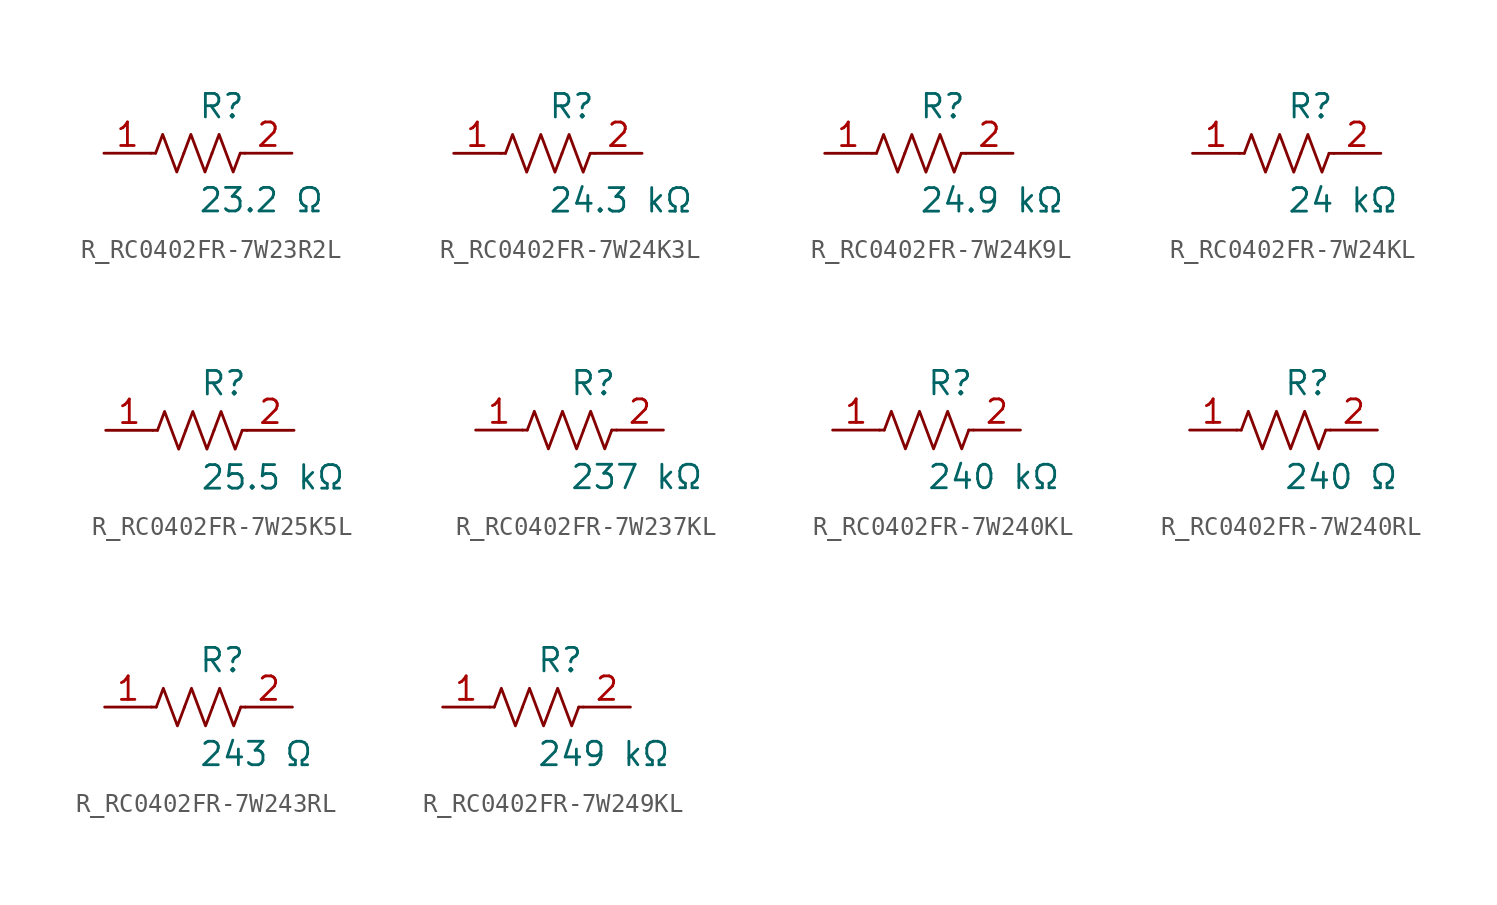
<source format=kicad_sym>
(kicad_symbol_lib
  (version 20231120)
  (generator kicad_symbol_editor)
  (generator_version 8.0)
  (symbol "R_RC0402FR-7W23R2L"
    (pin_names
      (offset 0.254))
    (property "Reference" "R"
      (at 0 2.54 0)
      (effects (font (size 1.27 1.27)) (justify left)))
    (property "Value" "23.2 Ω"
      (at 0 -2.54 0)
      (effects (font (size 1.27 1.27)) (justify left)))
    (symbol "R_RC0402FR-7W23R2L_0_1"
      (polyline (pts (xy 2.286 0) (xy 2.54 0)) (stroke (width 0) (type default)) (fill (type none)))
      (polyline (pts (xy -2.286 0) (xy -2.54 0)) (stroke (width 0) (type default)) (fill (type none)))
      (polyline (pts (xy 0.762 0) (xy 1.143 1.016) (xy 1.524 0) (xy 1.905 -1.016) (xy 2.286 0)) (stroke (width 0) (type default)) (fill (type none)))
      (polyline (pts (xy -0.762 0) (xy -0.381 1.016) (xy 0 0) (xy 0.381 -1.016) (xy 0.762 0)) (stroke (width 0) (type default)) (fill (type none)))
      (polyline (pts (xy -2.286 0) (xy -1.905 1.016) (xy -1.524 0) (xy -1.143 -1.016) (xy -0.762 0)) (stroke (width 0) (type default)) (fill (type none))))
    (pin passive line
      (at -5.08 0 0)
      (length 2.54)
      (name "" (effects (font (size 1.27 1.27))))
      (number "1" (effects (font (size 1.27 1.27)))))
    (pin passive line
      (at 5.08 0 180)
      (length 2.54)
      (name "" (effects (font (size 1.27 1.27))))
      (number "2" (effects (font (size 1.27 1.27))))))
  (symbol "R_RC0402FR-7W24K3L"
    (pin_names
      (offset 0.254))
    (property "Reference" "R"
      (at 0 2.54 0)
      (effects (font (size 1.27 1.27)) (justify left)))
    (property "Value" "24.3 kΩ"
      (at 0 -2.54 0)
      (effects (font (size 1.27 1.27)) (justify left)))
    (symbol "R_RC0402FR-7W24K3L_0_1"
      (polyline (pts (xy 2.286 0) (xy 2.54 0)) (stroke (width 0) (type default)) (fill (type none)))
      (polyline (pts (xy -2.286 0) (xy -2.54 0)) (stroke (width 0) (type default)) (fill (type none)))
      (polyline (pts (xy 0.762 0) (xy 1.143 1.016) (xy 1.524 0) (xy 1.905 -1.016) (xy 2.286 0)) (stroke (width 0) (type default)) (fill (type none)))
      (polyline (pts (xy -0.762 0) (xy -0.381 1.016) (xy 0 0) (xy 0.381 -1.016) (xy 0.762 0)) (stroke (width 0) (type default)) (fill (type none)))
      (polyline (pts (xy -2.286 0) (xy -1.905 1.016) (xy -1.524 0) (xy -1.143 -1.016) (xy -0.762 0)) (stroke (width 0) (type default)) (fill (type none))))
    (pin passive line
      (at -5.08 0 0)
      (length 2.54)
      (name "" (effects (font (size 1.27 1.27))))
      (number "1" (effects (font (size 1.27 1.27)))))
    (pin passive line
      (at 5.08 0 180)
      (length 2.54)
      (name "" (effects (font (size 1.27 1.27))))
      (number "2" (effects (font (size 1.27 1.27))))))
  (symbol "R_RC0402FR-7W24K9L"
    (pin_names
      (offset 0.254))
    (property "Reference" "R"
      (at 0 2.54 0)
      (effects (font (size 1.27 1.27)) (justify left)))
    (property "Value" "24.9 kΩ"
      (at 0 -2.54 0)
      (effects (font (size 1.27 1.27)) (justify left)))
    (symbol "R_RC0402FR-7W24K9L_0_1"
      (polyline (pts (xy 2.286 0) (xy 2.54 0)) (stroke (width 0) (type default)) (fill (type none)))
      (polyline (pts (xy -2.286 0) (xy -2.54 0)) (stroke (width 0) (type default)) (fill (type none)))
      (polyline (pts (xy 0.762 0) (xy 1.143 1.016) (xy 1.524 0) (xy 1.905 -1.016) (xy 2.286 0)) (stroke (width 0) (type default)) (fill (type none)))
      (polyline (pts (xy -0.762 0) (xy -0.381 1.016) (xy 0 0) (xy 0.381 -1.016) (xy 0.762 0)) (stroke (width 0) (type default)) (fill (type none)))
      (polyline (pts (xy -2.286 0) (xy -1.905 1.016) (xy -1.524 0) (xy -1.143 -1.016) (xy -0.762 0)) (stroke (width 0) (type default)) (fill (type none))))
    (pin passive line
      (at -5.08 0 0)
      (length 2.54)
      (name "" (effects (font (size 1.27 1.27))))
      (number "1" (effects (font (size 1.27 1.27)))))
    (pin passive line
      (at 5.08 0 180)
      (length 2.54)
      (name "" (effects (font (size 1.27 1.27))))
      (number "2" (effects (font (size 1.27 1.27))))))
  (symbol "R_RC0402FR-7W24KL"
    (pin_names
      (offset 0.254))
    (property "Reference" "R"
      (at 0 2.54 0)
      (effects (font (size 1.27 1.27)) (justify left)))
    (property "Value" "24 kΩ"
      (at 0 -2.54 0)
      (effects (font (size 1.27 1.27)) (justify left)))
    (symbol "R_RC0402FR-7W24KL_0_1"
      (polyline (pts (xy 2.286 0) (xy 2.54 0)) (stroke (width 0) (type default)) (fill (type none)))
      (polyline (pts (xy -2.286 0) (xy -2.54 0)) (stroke (width 0) (type default)) (fill (type none)))
      (polyline (pts (xy 0.762 0) (xy 1.143 1.016) (xy 1.524 0) (xy 1.905 -1.016) (xy 2.286 0)) (stroke (width 0) (type default)) (fill (type none)))
      (polyline (pts (xy -0.762 0) (xy -0.381 1.016) (xy 0 0) (xy 0.381 -1.016) (xy 0.762 0)) (stroke (width 0) (type default)) (fill (type none)))
      (polyline (pts (xy -2.286 0) (xy -1.905 1.016) (xy -1.524 0) (xy -1.143 -1.016) (xy -0.762 0)) (stroke (width 0) (type default)) (fill (type none))))
    (pin passive line
      (at -5.08 0 0)
      (length 2.54)
      (name "" (effects (font (size 1.27 1.27))))
      (number "1" (effects (font (size 1.27 1.27)))))
    (pin passive line
      (at 5.08 0 180)
      (length 2.54)
      (name "" (effects (font (size 1.27 1.27))))
      (number "2" (effects (font (size 1.27 1.27))))))
  (symbol "R_RC0402FR-7W25K5L"
    (pin_names
      (offset 0.254))
    (property "Reference" "R"
      (at 0 2.54 0)
      (effects (font (size 1.27 1.27)) (justify left)))
    (property "Value" "25.5 kΩ"
      (at 0 -2.54 0)
      (effects (font (size 1.27 1.27)) (justify left)))
    (symbol "R_RC0402FR-7W25K5L_0_1"
      (polyline (pts (xy 2.286 0) (xy 2.54 0)) (stroke (width 0) (type default)) (fill (type none)))
      (polyline (pts (xy -2.286 0) (xy -2.54 0)) (stroke (width 0) (type default)) (fill (type none)))
      (polyline (pts (xy 0.762 0) (xy 1.143 1.016) (xy 1.524 0) (xy 1.905 -1.016) (xy 2.286 0)) (stroke (width 0) (type default)) (fill (type none)))
      (polyline (pts (xy -0.762 0) (xy -0.381 1.016) (xy 0 0) (xy 0.381 -1.016) (xy 0.762 0)) (stroke (width 0) (type default)) (fill (type none)))
      (polyline (pts (xy -2.286 0) (xy -1.905 1.016) (xy -1.524 0) (xy -1.143 -1.016) (xy -0.762 0)) (stroke (width 0) (type default)) (fill (type none))))
    (pin passive line
      (at -5.08 0 0)
      (length 2.54)
      (name "" (effects (font (size 1.27 1.27))))
      (number "1" (effects (font (size 1.27 1.27)))))
    (pin passive line
      (at 5.08 0 180)
      (length 2.54)
      (name "" (effects (font (size 1.27 1.27))))
      (number "2" (effects (font (size 1.27 1.27))))))
  (symbol "R_RC0402FR-7W237KL"
    (pin_names
      (offset 0.254))
    (property "Reference" "R"
      (at 0 2.54 0)
      (effects (font (size 1.27 1.27)) (justify left)))
    (property "Value" "237 kΩ"
      (at 0 -2.54 0)
      (effects (font (size 1.27 1.27)) (justify left)))
    (symbol "R_RC0402FR-7W237KL_0_1"
      (polyline (pts (xy 2.286 0) (xy 2.54 0)) (stroke (width 0) (type default)) (fill (type none)))
      (polyline (pts (xy -2.286 0) (xy -2.54 0)) (stroke (width 0) (type default)) (fill (type none)))
      (polyline (pts (xy 0.762 0) (xy 1.143 1.016) (xy 1.524 0) (xy 1.905 -1.016) (xy 2.286 0)) (stroke (width 0) (type default)) (fill (type none)))
      (polyline (pts (xy -0.762 0) (xy -0.381 1.016) (xy 0 0) (xy 0.381 -1.016) (xy 0.762 0)) (stroke (width 0) (type default)) (fill (type none)))
      (polyline (pts (xy -2.286 0) (xy -1.905 1.016) (xy -1.524 0) (xy -1.143 -1.016) (xy -0.762 0)) (stroke (width 0) (type default)) (fill (type none))))
    (pin passive line
      (at -5.08 0 0)
      (length 2.54)
      (name "" (effects (font (size 1.27 1.27))))
      (number "1" (effects (font (size 1.27 1.27)))))
    (pin passive line
      (at 5.08 0 180)
      (length 2.54)
      (name "" (effects (font (size 1.27 1.27))))
      (number "2" (effects (font (size 1.27 1.27))))))
  (symbol "R_RC0402FR-7W240KL"
    (pin_names
      (offset 0.254))
    (property "Reference" "R"
      (at 0 2.54 0)
      (effects (font (size 1.27 1.27)) (justify left)))
    (property "Value" "240 kΩ"
      (at 0 -2.54 0)
      (effects (font (size 1.27 1.27)) (justify left)))
    (symbol "R_RC0402FR-7W240KL_0_1"
      (polyline (pts (xy 2.286 0) (xy 2.54 0)) (stroke (width 0) (type default)) (fill (type none)))
      (polyline (pts (xy -2.286 0) (xy -2.54 0)) (stroke (width 0) (type default)) (fill (type none)))
      (polyline (pts (xy 0.762 0) (xy 1.143 1.016) (xy 1.524 0) (xy 1.905 -1.016) (xy 2.286 0)) (stroke (width 0) (type default)) (fill (type none)))
      (polyline (pts (xy -0.762 0) (xy -0.381 1.016) (xy 0 0) (xy 0.381 -1.016) (xy 0.762 0)) (stroke (width 0) (type default)) (fill (type none)))
      (polyline (pts (xy -2.286 0) (xy -1.905 1.016) (xy -1.524 0) (xy -1.143 -1.016) (xy -0.762 0)) (stroke (width 0) (type default)) (fill (type none))))
    (pin passive line
      (at -5.08 0 0)
      (length 2.54)
      (name "" (effects (font (size 1.27 1.27))))
      (number "1" (effects (font (size 1.27 1.27)))))
    (pin passive line
      (at 5.08 0 180)
      (length 2.54)
      (name "" (effects (font (size 1.27 1.27))))
      (number "2" (effects (font (size 1.27 1.27))))))
  (symbol "R_RC0402FR-7W240RL"
    (pin_names
      (offset 0.254))
    (property "Reference" "R"
      (at 0 2.54 0)
      (effects (font (size 1.27 1.27)) (justify left)))
    (property "Value" "240 Ω"
      (at 0 -2.54 0)
      (effects (font (size 1.27 1.27)) (justify left)))
    (symbol "R_RC0402FR-7W240RL_0_1"
      (polyline (pts (xy 2.286 0) (xy 2.54 0)) (stroke (width 0) (type default)) (fill (type none)))
      (polyline (pts (xy -2.286 0) (xy -2.54 0)) (stroke (width 0) (type default)) (fill (type none)))
      (polyline (pts (xy 0.762 0) (xy 1.143 1.016) (xy 1.524 0) (xy 1.905 -1.016) (xy 2.286 0)) (stroke (width 0) (type default)) (fill (type none)))
      (polyline (pts (xy -0.762 0) (xy -0.381 1.016) (xy 0 0) (xy 0.381 -1.016) (xy 0.762 0)) (stroke (width 0) (type default)) (fill (type none)))
      (polyline (pts (xy -2.286 0) (xy -1.905 1.016) (xy -1.524 0) (xy -1.143 -1.016) (xy -0.762 0)) (stroke (width 0) (type default)) (fill (type none))))
    (pin passive line
      (at -5.08 0 0)
      (length 2.54)
      (name "" (effects (font (size 1.27 1.27))))
      (number "1" (effects (font (size 1.27 1.27)))))
    (pin passive line
      (at 5.08 0 180)
      (length 2.54)
      (name "" (effects (font (size 1.27 1.27))))
      (number "2" (effects (font (size 1.27 1.27))))))
  (symbol "R_RC0402FR-7W243RL"
    (pin_names
      (offset 0.254))
    (property "Reference" "R"
      (at 0 2.54 0)
      (effects (font (size 1.27 1.27)) (justify left)))
    (property "Value" "243 Ω"
      (at 0 -2.54 0)
      (effects (font (size 1.27 1.27)) (justify left)))
    (symbol "R_RC0402FR-7W243RL_0_1"
      (polyline (pts (xy 2.286 0) (xy 2.54 0)) (stroke (width 0) (type default)) (fill (type none)))
      (polyline (pts (xy -2.286 0) (xy -2.54 0)) (stroke (width 0) (type default)) (fill (type none)))
      (polyline (pts (xy 0.762 0) (xy 1.143 1.016) (xy 1.524 0) (xy 1.905 -1.016) (xy 2.286 0)) (stroke (width 0) (type default)) (fill (type none)))
      (polyline (pts (xy -0.762 0) (xy -0.381 1.016) (xy 0 0) (xy 0.381 -1.016) (xy 0.762 0)) (stroke (width 0) (type default)) (fill (type none)))
      (polyline (pts (xy -2.286 0) (xy -1.905 1.016) (xy -1.524 0) (xy -1.143 -1.016) (xy -0.762 0)) (stroke (width 0) (type default)) (fill (type none))))
    (pin passive line
      (at -5.08 0 0)
      (length 2.54)
      (name "" (effects (font (size 1.27 1.27))))
      (number "1" (effects (font (size 1.27 1.27)))))
    (pin passive line
      (at 5.08 0 180)
      (length 2.54)
      (name "" (effects (font (size 1.27 1.27))))
      (number "2" (effects (font (size 1.27 1.27))))))
  (symbol "R_RC0402FR-7W249KL"
    (pin_names
      (offset 0.254))
    (property "Reference" "R"
      (at 0 2.54 0)
      (effects (font (size 1.27 1.27)) (justify left)))
    (property "Value" "249 kΩ"
      (at 0 -2.54 0)
      (effects (font (size 1.27 1.27)) (justify left)))
    (symbol "R_RC0402FR-7W249KL_0_1"
      (polyline (pts (xy 2.286 0) (xy 2.54 0)) (stroke (width 0) (type default)) (fill (type none)))
      (polyline (pts (xy -2.286 0) (xy -2.54 0)) (stroke (width 0) (type default)) (fill (type none)))
      (polyline (pts (xy 0.762 0) (xy 1.143 1.016) (xy 1.524 0) (xy 1.905 -1.016) (xy 2.286 0)) (stroke (width 0) (type default)) (fill (type none)))
      (polyline (pts (xy -0.762 0) (xy -0.381 1.016) (xy 0 0) (xy 0.381 -1.016) (xy 0.762 0)) (stroke (width 0) (type default)) (fill (type none)))
      (polyline (pts (xy -2.286 0) (xy -1.905 1.016) (xy -1.524 0) (xy -1.143 -1.016) (xy -0.762 0)) (stroke (width 0) (type default)) (fill (type none))))
    (pin passive line
      (at -5.08 0 0)
      (length 2.54)
      (name "" (effects (font (size 1.27 1.27))))
      (number "1" (effects (font (size 1.27 1.27)))))
    (pin passive line
      (at 5.08 0 180)
      (length 2.54)
      (name "" (effects (font (size 1.27 1.27))))
      (number "2" (effects (font (size 1.27 1.27)))))))
</source>
